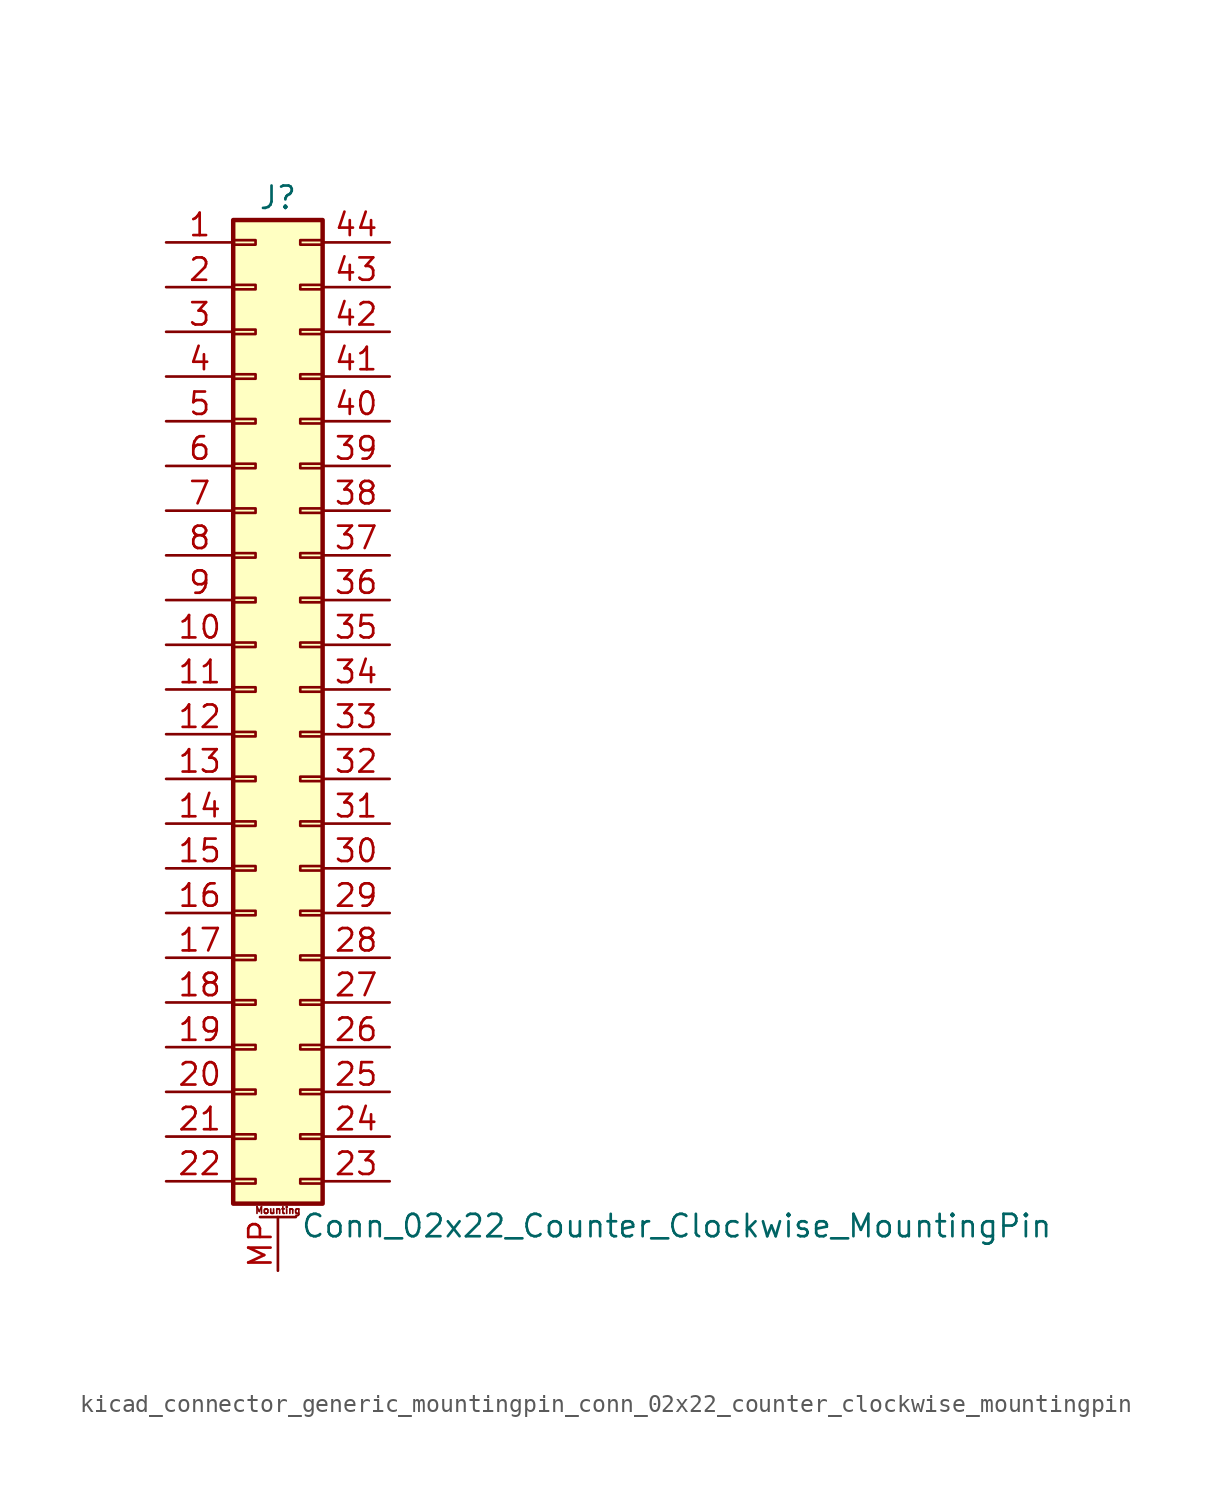
<source format=kicad_sym>
(kicad_symbol_lib
  (version 20220914)
  (generator kicad_symbol_editor)
  (symbol "kicad_connector_generic_mountingpin_conn_02x22_counter_clockwise_mountingpin"
    (pin_names
      (offset 1.016) hide)
    (property "Reference" "J"
      (at 1.27 27.94 0)
      (effects (font (size 1.27 1.27))))
    (property "Value" "Conn_02x22_Counter_Clockwise_MountingPin"
      (at 2.54 -30.48 0)
      (effects (font (size 1.27 1.27)) (justify left)))
    (symbol "kicad_connector_generic_mountingpin_conn_02x22_counter_clockwise_mountingpin_1_1"
      (rectangle (start -1.27 -27.813) (end 0 -28.067) (stroke (width 0.152) (type default)) (fill (type none)))
      (rectangle (start -1.27 -25.273) (end 0 -25.527) (stroke (width 0.152) (type default)) (fill (type none)))
      (rectangle (start -1.27 -22.733) (end 0 -22.987) (stroke (width 0.152) (type default)) (fill (type none)))
      (rectangle (start -1.27 -20.193) (end 0 -20.447) (stroke (width 0.152) (type default)) (fill (type none)))
      (rectangle (start -1.27 -17.653) (end 0 -17.907) (stroke (width 0.152) (type default)) (fill (type none)))
      (rectangle (start -1.27 -15.113) (end 0 -15.367) (stroke (width 0.152) (type default)) (fill (type none)))
      (rectangle (start -1.27 -12.573) (end 0 -12.827) (stroke (width 0.152) (type default)) (fill (type none)))
      (rectangle (start -1.27 -10.033) (end 0 -10.287) (stroke (width 0.152) (type default)) (fill (type none)))
      (rectangle (start -1.27 -7.493) (end 0 -7.747) (stroke (width 0.152) (type default)) (fill (type none)))
      (rectangle (start -1.27 -4.953) (end 0 -5.207) (stroke (width 0.152) (type default)) (fill (type none)))
      (rectangle (start -1.27 -2.413) (end 0 -2.667) (stroke (width 0.152) (type default)) (fill (type none)))
      (rectangle (start -1.27 0.127) (end 0 -0.127) (stroke (width 0.152) (type default)) (fill (type none)))
      (rectangle (start -1.27 2.667) (end 0 2.413) (stroke (width 0.152) (type default)) (fill (type none)))
      (rectangle (start -1.27 5.207) (end 0 4.953) (stroke (width 0.152) (type default)) (fill (type none)))
      (rectangle (start -1.27 7.747) (end 0 7.493) (stroke (width 0.152) (type default)) (fill (type none)))
      (rectangle (start -1.27 10.287) (end 0 10.033) (stroke (width 0.152) (type default)) (fill (type none)))
      (rectangle (start -1.27 12.827) (end 0 12.573) (stroke (width 0.152) (type default)) (fill (type none)))
      (rectangle (start -1.27 15.367) (end 0 15.113) (stroke (width 0.152) (type default)) (fill (type none)))
      (rectangle (start -1.27 17.907) (end 0 17.653) (stroke (width 0.152) (type default)) (fill (type none)))
      (rectangle (start -1.27 20.447) (end 0 20.193) (stroke (width 0.152) (type default)) (fill (type none)))
      (rectangle (start -1.27 22.987) (end 0 22.733) (stroke (width 0.152) (type default)) (fill (type none)))
      (rectangle (start -1.27 25.527) (end 0 25.273) (stroke (width 0.152) (type default)) (fill (type none)))
      (rectangle (start -1.27 26.67) (end 3.81 -29.21) (stroke (width 0.254) (type default)) (fill (type background)))
      (polyline (pts (xy 0.254 -29.972) (xy 2.286 -29.972)) (stroke (width 0.152) (type default)) (fill (type none)))
      (rectangle (start 3.81 -27.813) (end 2.54 -28.067) (stroke (width 0.152) (type default)) (fill (type none)))
      (rectangle (start 3.81 -25.273) (end 2.54 -25.527) (stroke (width 0.152) (type default)) (fill (type none)))
      (rectangle (start 3.81 -22.733) (end 2.54 -22.987) (stroke (width 0.152) (type default)) (fill (type none)))
      (rectangle (start 3.81 -20.193) (end 2.54 -20.447) (stroke (width 0.152) (type default)) (fill (type none)))
      (rectangle (start 3.81 -17.653) (end 2.54 -17.907) (stroke (width 0.152) (type default)) (fill (type none)))
      (rectangle (start 3.81 -15.113) (end 2.54 -15.367) (stroke (width 0.152) (type default)) (fill (type none)))
      (rectangle (start 3.81 -12.573) (end 2.54 -12.827) (stroke (width 0.152) (type default)) (fill (type none)))
      (rectangle (start 3.81 -10.033) (end 2.54 -10.287) (stroke (width 0.152) (type default)) (fill (type none)))
      (rectangle (start 3.81 -7.493) (end 2.54 -7.747) (stroke (width 0.152) (type default)) (fill (type none)))
      (rectangle (start 3.81 -4.953) (end 2.54 -5.207) (stroke (width 0.152) (type default)) (fill (type none)))
      (rectangle (start 3.81 -2.413) (end 2.54 -2.667) (stroke (width 0.152) (type default)) (fill (type none)))
      (rectangle (start 3.81 0.127) (end 2.54 -0.127) (stroke (width 0.152) (type default)) (fill (type none)))
      (rectangle (start 3.81 2.667) (end 2.54 2.413) (stroke (width 0.152) (type default)) (fill (type none)))
      (rectangle (start 3.81 5.207) (end 2.54 4.953) (stroke (width 0.152) (type default)) (fill (type none)))
      (rectangle (start 3.81 7.747) (end 2.54 7.493) (stroke (width 0.152) (type default)) (fill (type none)))
      (rectangle (start 3.81 10.287) (end 2.54 10.033) (stroke (width 0.152) (type default)) (fill (type none)))
      (rectangle (start 3.81 12.827) (end 2.54 12.573) (stroke (width 0.152) (type default)) (fill (type none)))
      (rectangle (start 3.81 15.367) (end 2.54 15.113) (stroke (width 0.152) (type default)) (fill (type none)))
      (rectangle (start 3.81 17.907) (end 2.54 17.653) (stroke (width 0.152) (type default)) (fill (type none)))
      (rectangle (start 3.81 20.447) (end 2.54 20.193) (stroke (width 0.152) (type default)) (fill (type none)))
      (rectangle (start 3.81 22.987) (end 2.54 22.733) (stroke (width 0.152) (type default)) (fill (type none)))
      (rectangle (start 3.81 25.527) (end 2.54 25.273) (stroke (width 0.152) (type default)) (fill (type none)))
      (text "Mounting" (at 1.27 -29.591 0) (effects (font (size 0.381 0.381))))
      (pin passive line (at -5.08 25.4 0) (length 3.81) (name "Pin_1" (effects (font (size 1.27 1.27)))) (number "1" (effects (font (size 1.27 1.27)))))
      (pin passive line (at -5.08 2.54 0) (length 3.81) (name "Pin_10" (effects (font (size 1.27 1.27)))) (number "10" (effects (font (size 1.27 1.27)))))
      (pin passive line (at -5.08 0 0) (length 3.81) (name "Pin_11" (effects (font (size 1.27 1.27)))) (number "11" (effects (font (size 1.27 1.27)))))
      (pin passive line (at -5.08 -2.54 0) (length 3.81) (name "Pin_12" (effects (font (size 1.27 1.27)))) (number "12" (effects (font (size 1.27 1.27)))))
      (pin passive line (at -5.08 -5.08 0) (length 3.81) (name "Pin_13" (effects (font (size 1.27 1.27)))) (number "13" (effects (font (size 1.27 1.27)))))
      (pin passive line (at -5.08 -7.62 0) (length 3.81) (name "Pin_14" (effects (font (size 1.27 1.27)))) (number "14" (effects (font (size 1.27 1.27)))))
      (pin passive line (at -5.08 -10.16 0) (length 3.81) (name "Pin_15" (effects (font (size 1.27 1.27)))) (number "15" (effects (font (size 1.27 1.27)))))
      (pin passive line (at -5.08 -12.7 0) (length 3.81) (name "Pin_16" (effects (font (size 1.27 1.27)))) (number "16" (effects (font (size 1.27 1.27)))))
      (pin passive line (at -5.08 -15.24 0) (length 3.81) (name "Pin_17" (effects (font (size 1.27 1.27)))) (number "17" (effects (font (size 1.27 1.27)))))
      (pin passive line (at -5.08 -17.78 0) (length 3.81) (name "Pin_18" (effects (font (size 1.27 1.27)))) (number "18" (effects (font (size 1.27 1.27)))))
      (pin passive line (at -5.08 -20.32 0) (length 3.81) (name "Pin_19" (effects (font (size 1.27 1.27)))) (number "19" (effects (font (size 1.27 1.27)))))
      (pin passive line (at -5.08 22.86 0) (length 3.81) (name "Pin_2" (effects (font (size 1.27 1.27)))) (number "2" (effects (font (size 1.27 1.27)))))
      (pin passive line (at -5.08 -22.86 0) (length 3.81) (name "Pin_20" (effects (font (size 1.27 1.27)))) (number "20" (effects (font (size 1.27 1.27)))))
      (pin passive line (at -5.08 -25.4 0) (length 3.81) (name "Pin_21" (effects (font (size 1.27 1.27)))) (number "21" (effects (font (size 1.27 1.27)))))
      (pin passive line (at -5.08 -27.94 0) (length 3.81) (name "Pin_22" (effects (font (size 1.27 1.27)))) (number "22" (effects (font (size 1.27 1.27)))))
      (pin passive line (at 7.62 -27.94 180) (length 3.81) (name "Pin_23" (effects (font (size 1.27 1.27)))) (number "23" (effects (font (size 1.27 1.27)))))
      (pin passive line (at 7.62 -25.4 180) (length 3.81) (name "Pin_24" (effects (font (size 1.27 1.27)))) (number "24" (effects (font (size 1.27 1.27)))))
      (pin passive line (at 7.62 -22.86 180) (length 3.81) (name "Pin_25" (effects (font (size 1.27 1.27)))) (number "25" (effects (font (size 1.27 1.27)))))
      (pin passive line (at 7.62 -20.32 180) (length 3.81) (name "Pin_26" (effects (font (size 1.27 1.27)))) (number "26" (effects (font (size 1.27 1.27)))))
      (pin passive line (at 7.62 -17.78 180) (length 3.81) (name "Pin_27" (effects (font (size 1.27 1.27)))) (number "27" (effects (font (size 1.27 1.27)))))
      (pin passive line (at 7.62 -15.24 180) (length 3.81) (name "Pin_28" (effects (font (size 1.27 1.27)))) (number "28" (effects (font (size 1.27 1.27)))))
      (pin passive line (at 7.62 -12.7 180) (length 3.81) (name "Pin_29" (effects (font (size 1.27 1.27)))) (number "29" (effects (font (size 1.27 1.27)))))
      (pin passive line (at -5.08 20.32 0) (length 3.81) (name "Pin_3" (effects (font (size 1.27 1.27)))) (number "3" (effects (font (size 1.27 1.27)))))
      (pin passive line (at 7.62 -10.16 180) (length 3.81) (name "Pin_30" (effects (font (size 1.27 1.27)))) (number "30" (effects (font (size 1.27 1.27)))))
      (pin passive line (at 7.62 -7.62 180) (length 3.81) (name "Pin_31" (effects (font (size 1.27 1.27)))) (number "31" (effects (font (size 1.27 1.27)))))
      (pin passive line (at 7.62 -5.08 180) (length 3.81) (name "Pin_32" (effects (font (size 1.27 1.27)))) (number "32" (effects (font (size 1.27 1.27)))))
      (pin passive line (at 7.62 -2.54 180) (length 3.81) (name "Pin_33" (effects (font (size 1.27 1.27)))) (number "33" (effects (font (size 1.27 1.27)))))
      (pin passive line (at 7.62 0 180) (length 3.81) (name "Pin_34" (effects (font (size 1.27 1.27)))) (number "34" (effects (font (size 1.27 1.27)))))
      (pin passive line (at 7.62 2.54 180) (length 3.81) (name "Pin_35" (effects (font (size 1.27 1.27)))) (number "35" (effects (font (size 1.27 1.27)))))
      (pin passive line (at 7.62 5.08 180) (length 3.81) (name "Pin_36" (effects (font (size 1.27 1.27)))) (number "36" (effects (font (size 1.27 1.27)))))
      (pin passive line (at 7.62 7.62 180) (length 3.81) (name "Pin_37" (effects (font (size 1.27 1.27)))) (number "37" (effects (font (size 1.27 1.27)))))
      (pin passive line (at 7.62 10.16 180) (length 3.81) (name "Pin_38" (effects (font (size 1.27 1.27)))) (number "38" (effects (font (size 1.27 1.27)))))
      (pin passive line (at 7.62 12.7 180) (length 3.81) (name "Pin_39" (effects (font (size 1.27 1.27)))) (number "39" (effects (font (size 1.27 1.27)))))
      (pin passive line (at -5.08 17.78 0) (length 3.81) (name "Pin_4" (effects (font (size 1.27 1.27)))) (number "4" (effects (font (size 1.27 1.27)))))
      (pin passive line (at 7.62 15.24 180) (length 3.81) (name "Pin_40" (effects (font (size 1.27 1.27)))) (number "40" (effects (font (size 1.27 1.27)))))
      (pin passive line (at 7.62 17.78 180) (length 3.81) (name "Pin_41" (effects (font (size 1.27 1.27)))) (number "41" (effects (font (size 1.27 1.27)))))
      (pin passive line (at 7.62 20.32 180) (length 3.81) (name "Pin_42" (effects (font (size 1.27 1.27)))) (number "42" (effects (font (size 1.27 1.27)))))
      (pin passive line (at 7.62 22.86 180) (length 3.81) (name "Pin_43" (effects (font (size 1.27 1.27)))) (number "43" (effects (font (size 1.27 1.27)))))
      (pin passive line (at 7.62 25.4 180) (length 3.81) (name "Pin_44" (effects (font (size 1.27 1.27)))) (number "44" (effects (font (size 1.27 1.27)))))
      (pin passive line (at -5.08 15.24 0) (length 3.81) (name "Pin_5" (effects (font (size 1.27 1.27)))) (number "5" (effects (font (size 1.27 1.27)))))
      (pin passive line (at -5.08 12.7 0) (length 3.81) (name "Pin_6" (effects (font (size 1.27 1.27)))) (number "6" (effects (font (size 1.27 1.27)))))
      (pin passive line (at -5.08 10.16 0) (length 3.81) (name "Pin_7" (effects (font (size 1.27 1.27)))) (number "7" (effects (font (size 1.27 1.27)))))
      (pin passive line (at -5.08 7.62 0) (length 3.81) (name "Pin_8" (effects (font (size 1.27 1.27)))) (number "8" (effects (font (size 1.27 1.27)))))
      (pin passive line (at -5.08 5.08 0) (length 3.81) (name "Pin_9" (effects (font (size 1.27 1.27)))) (number "9" (effects (font (size 1.27 1.27)))))
      (pin passive line (at 1.27 -33.02 90) (length 3.048) (name "MountPin" (effects (font (size 1.27 1.27)))) (number "MP" (effects (font (size 1.27 1.27))))))))
</source>
